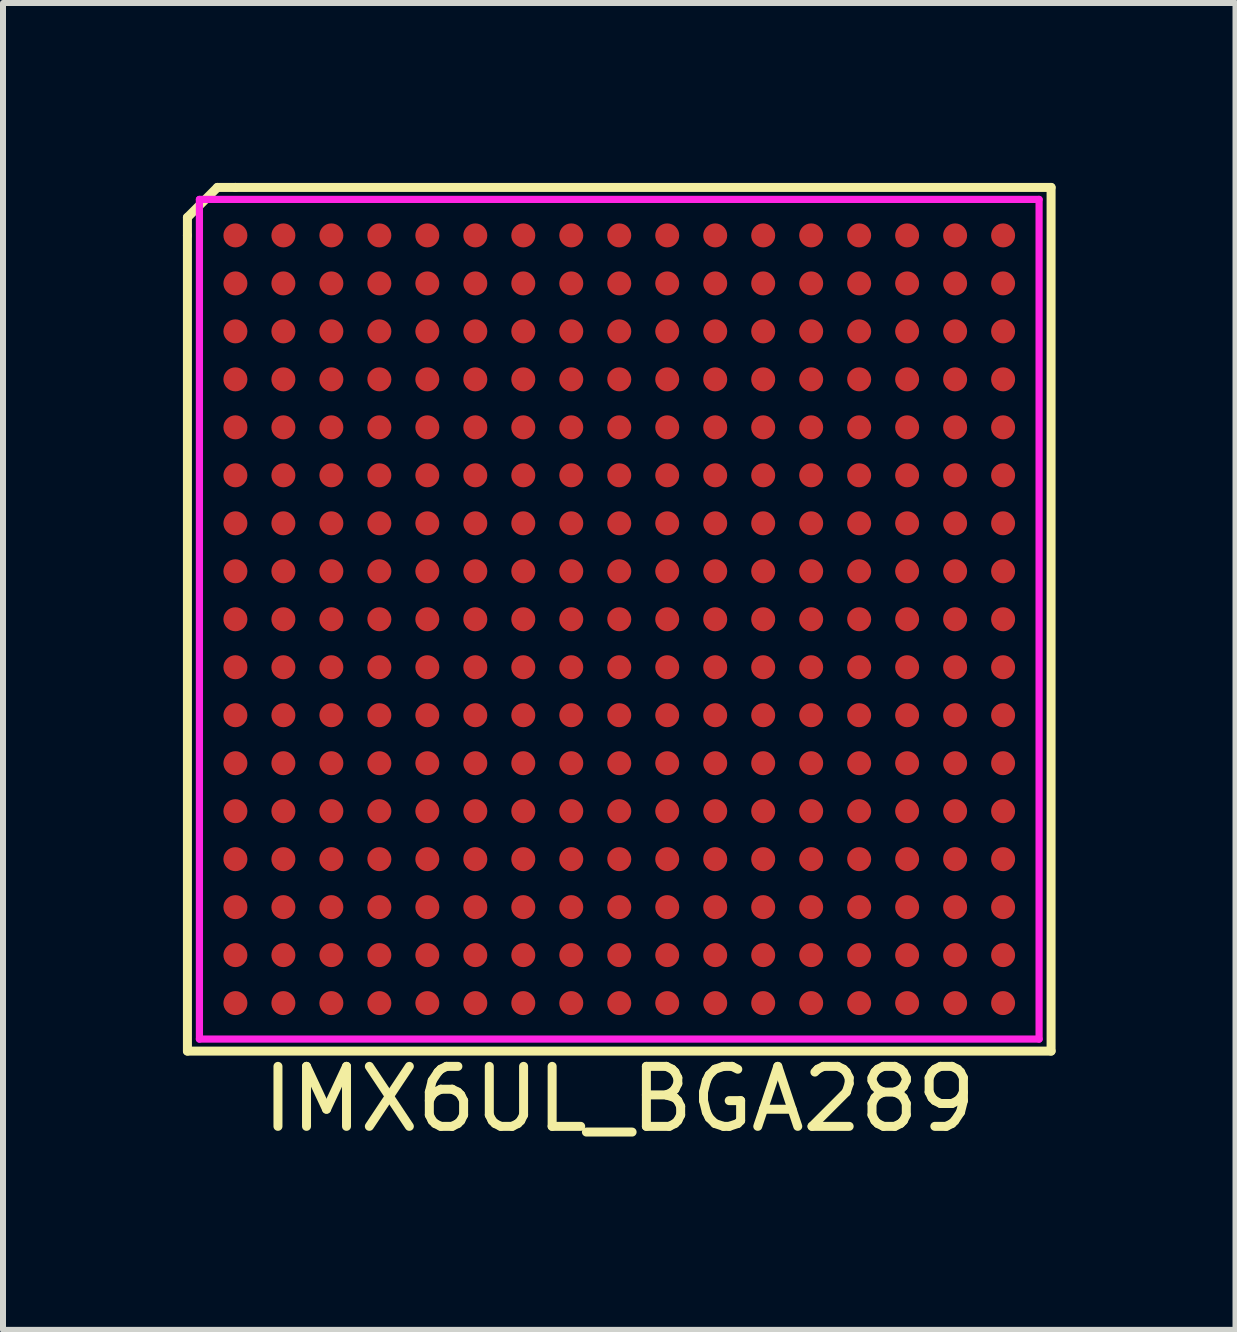
<source format=kicad_pcb>
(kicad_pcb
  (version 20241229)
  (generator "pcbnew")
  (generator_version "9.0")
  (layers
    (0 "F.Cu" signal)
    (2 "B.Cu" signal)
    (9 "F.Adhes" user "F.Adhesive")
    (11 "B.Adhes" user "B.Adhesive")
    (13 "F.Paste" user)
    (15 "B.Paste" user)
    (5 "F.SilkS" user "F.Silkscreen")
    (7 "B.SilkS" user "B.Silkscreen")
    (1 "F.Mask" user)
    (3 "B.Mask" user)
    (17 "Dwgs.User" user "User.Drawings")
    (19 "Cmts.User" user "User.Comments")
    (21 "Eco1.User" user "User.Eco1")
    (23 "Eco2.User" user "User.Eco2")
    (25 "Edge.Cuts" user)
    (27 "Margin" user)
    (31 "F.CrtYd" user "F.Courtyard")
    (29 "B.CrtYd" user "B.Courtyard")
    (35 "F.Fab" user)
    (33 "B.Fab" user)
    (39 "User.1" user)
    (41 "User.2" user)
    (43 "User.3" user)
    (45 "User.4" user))
  (footprint "IMX6UL_BGA289"
    (layer "F.Cu")
    (at 7.275 7.275)
    (property "Reference" "IMX6UL_BGA289" (at 0 8 0) (layer "F.SilkS") (effects (font (size 1 1) (thickness 0.15))))
    (attr through_hole)
    (fp_line (start -7.2 -6.7) (end -7.2 -6.4) (stroke (width 0.15) (type solid)) (layer "F.SilkS"))
    (fp_line (start -7.2 -6.4) (end -7.2 7.2) (stroke (width 0.15) (type solid)) (layer "F.SilkS"))
    (fp_line (start -7.2 7.2) (end 7.2 7.2) (stroke (width 0.15) (type solid)) (layer "F.SilkS"))
    (fp_line (start -6.7 -7.2) (end -7.2 -6.7) (stroke (width 0.15) (type solid)) (layer "F.SilkS"))
    (fp_line (start -6.4 -7.2) (end -6.7 -7.2) (stroke (width 0.15) (type solid)) (layer "F.SilkS"))
    (fp_line (start -6.4 -7.2) (end 7.2 -7.2) (stroke (width 0.15) (type solid)) (layer "F.SilkS"))
    (fp_line (start 7.2 -7.2) (end 7.2 7.2) (stroke (width 0.15) (type solid)) (layer "F.SilkS"))
    (fp_line (start -7 -7) (end 7 -7) (stroke (width 0.12) (type solid)) (layer "F.CrtYd"))
    (fp_line (start -7 7) (end -7 -7) (stroke (width 0.12) (type solid)) (layer "F.CrtYd"))
    (fp_line (start 7 -7) (end 7 7) (stroke (width 0.12) (type solid)) (layer "F.CrtYd"))
    (fp_line (start 7 7) (end -7 7) (stroke (width 0.12) (type solid)) (layer "F.CrtYd"))
    (pad "A1" smd circle (at -6.4 -6.4) (size 0.4 0.4) (layers "F.Cu" "F.Mask" "F.Paste"))
    (pad "A2" smd circle (at -5.6 -6.4) (size 0.4 0.4) (layers "F.Cu" "F.Mask" "F.Paste"))
    (pad "A3" smd circle (at -4.8 -6.4) (size 0.4 0.4) (layers "F.Cu" "F.Mask" "F.Paste"))
    (pad "A4" smd circle (at -4 -6.4) (size 0.4 0.4) (layers "F.Cu" "F.Mask" "F.Paste"))
    (pad "A5" smd circle (at -3.2 -6.4) (size 0.4 0.4) (layers "F.Cu" "F.Mask" "F.Paste"))
    (pad "A6" smd circle (at -2.4 -6.4) (size 0.4 0.4) (layers "F.Cu" "F.Mask" "F.Paste"))
    (pad "A7" smd circle (at -1.6 -6.4) (size 0.4 0.4) (layers "F.Cu" "F.Mask" "F.Paste"))
    (pad "A8" smd circle (at -0.8 -6.4) (size 0.4 0.4) (layers "F.Cu" "F.Mask" "F.Paste"))
    (pad "A9" smd circle (at 0 -6.4) (size 0.4 0.4) (layers "F.Cu" "F.Mask" "F.Paste"))
    (pad "A10" smd circle (at 0.8 -6.4) (size 0.4 0.4) (layers "F.Cu" "F.Mask" "F.Paste"))
    (pad "A11" smd circle (at 1.6 -6.4) (size 0.4 0.4) (layers "F.Cu" "F.Mask" "F.Paste"))
    (pad "A12" smd circle (at 2.4 -6.4) (size 0.4 0.4) (layers "F.Cu" "F.Mask" "F.Paste"))
    (pad "A13" smd circle (at 3.2 -6.4) (size 0.4 0.4) (layers "F.Cu" "F.Mask" "F.Paste"))
    (pad "A14" smd circle (at 4 -6.4) (size 0.4 0.4) (layers "F.Cu" "F.Mask" "F.Paste"))
    (pad "A15" smd circle (at 4.8 -6.4) (size 0.4 0.4) (layers "F.Cu" "F.Mask" "F.Paste"))
    (pad "A16" smd circle (at 5.6 -6.4) (size 0.4 0.4) (layers "F.Cu" "F.Mask" "F.Paste"))
    (pad "A17" smd circle (at 6.4 -6.4) (size 0.4 0.4) (layers "F.Cu" "F.Mask" "F.Paste"))
    (pad "B1" smd circle (at -6.4 -5.6) (size 0.4 0.4) (layers "F.Cu" "F.Mask" "F.Paste"))
    (pad "B2" smd circle (at -5.6 -5.6) (size 0.4 0.4) (layers "F.Cu" "F.Mask" "F.Paste"))
    (pad "B3" smd circle (at -4.8 -5.6) (size 0.4 0.4) (layers "F.Cu" "F.Mask" "F.Paste"))
    (pad "B4" smd circle (at -4 -5.6) (size 0.4 0.4) (layers "F.Cu" "F.Mask" "F.Paste"))
    (pad "B5" smd circle (at -3.2 -5.6) (size 0.4 0.4) (layers "F.Cu" "F.Mask" "F.Paste"))
    (pad "B6" smd circle (at -2.4 -5.6) (size 0.4 0.4) (layers "F.Cu" "F.Mask" "F.Paste"))
    (pad "B7" smd circle (at -1.6 -5.6) (size 0.4 0.4) (layers "F.Cu" "F.Mask" "F.Paste"))
    (pad "B8" smd circle (at -0.8 -5.6) (size 0.4 0.4) (layers "F.Cu" "F.Mask" "F.Paste"))
    (pad "B9" smd circle (at 0 -5.6) (size 0.4 0.4) (layers "F.Cu" "F.Mask" "F.Paste"))
    (pad "B10" smd circle (at 0.8 -5.6) (size 0.4 0.4) (layers "F.Cu" "F.Mask" "F.Paste"))
    (pad "B11" smd circle (at 1.6 -5.6) (size 0.4 0.4) (layers "F.Cu" "F.Mask" "F.Paste"))
    (pad "B12" smd circle (at 2.4 -5.6) (size 0.4 0.4) (layers "F.Cu" "F.Mask" "F.Paste"))
    (pad "B13" smd circle (at 3.2 -5.6) (size 0.4 0.4) (layers "F.Cu" "F.Mask" "F.Paste"))
    (pad "B14" smd circle (at 4 -5.6) (size 0.4 0.4) (layers "F.Cu" "F.Mask" "F.Paste"))
    (pad "B15" smd circle (at 4.8 -5.6) (size 0.4 0.4) (layers "F.Cu" "F.Mask" "F.Paste"))
    (pad "B16" smd circle (at 5.6 -5.6) (size 0.4 0.4) (layers "F.Cu" "F.Mask" "F.Paste"))
    (pad "B17" smd circle (at 6.4 -5.6) (size 0.4 0.4) (layers "F.Cu" "F.Mask" "F.Paste"))
    (pad "C1" smd circle (at -6.4 -4.8) (size 0.4 0.4) (layers "F.Cu" "F.Mask" "F.Paste"))
    (pad "C2" smd circle (at -5.6 -4.8) (size 0.4 0.4) (layers "F.Cu" "F.Mask" "F.Paste"))
    (pad "C3" smd circle (at -4.8 -4.8) (size 0.4 0.4) (layers "F.Cu" "F.Mask" "F.Paste"))
    (pad "C4" smd circle (at -4 -4.8) (size 0.4 0.4) (layers "F.Cu" "F.Mask" "F.Paste"))
    (pad "C5" smd circle (at -3.2 -4.8) (size 0.4 0.4) (layers "F.Cu" "F.Mask" "F.Paste"))
    (pad "C6" smd circle (at -2.4 -4.8) (size 0.4 0.4) (layers "F.Cu" "F.Mask" "F.Paste"))
    (pad "C7" smd circle (at -1.6 -4.8) (size 0.4 0.4) (layers "F.Cu" "F.Mask" "F.Paste"))
    (pad "C8" smd circle (at -0.8 -4.8) (size 0.4 0.4) (layers "F.Cu" "F.Mask" "F.Paste"))
    (pad "C9" smd circle (at 0 -4.8) (size 0.4 0.4) (layers "F.Cu" "F.Mask" "F.Paste"))
    (pad "C10" smd circle (at 0.8 -4.8) (size 0.4 0.4) (layers "F.Cu" "F.Mask" "F.Paste"))
    (pad "C11" smd circle (at 1.6 -4.8) (size 0.4 0.4) (layers "F.Cu" "F.Mask" "F.Paste"))
    (pad "C12" smd circle (at 2.4 -4.8) (size 0.4 0.4) (layers "F.Cu" "F.Mask" "F.Paste"))
    (pad "C13" smd circle (at 3.2 -4.8) (size 0.4 0.4) (layers "F.Cu" "F.Mask" "F.Paste"))
    (pad "C14" smd circle (at 4 -4.8) (size 0.4 0.4) (layers "F.Cu" "F.Mask" "F.Paste"))
    (pad "C15" smd circle (at 4.8 -4.8) (size 0.4 0.4) (layers "F.Cu" "F.Mask" "F.Paste"))
    (pad "C16" smd circle (at 5.6 -4.8) (size 0.4 0.4) (layers "F.Cu" "F.Mask" "F.Paste"))
    (pad "C17" smd circle (at 6.4 -4.8) (size 0.4 0.4) (layers "F.Cu" "F.Mask" "F.Paste"))
    (pad "D1" smd circle (at -6.4 -4) (size 0.4 0.4) (layers "F.Cu" "F.Mask" "F.Paste"))
    (pad "D2" smd circle (at -5.6 -4) (size 0.4 0.4) (layers "F.Cu" "F.Mask" "F.Paste"))
    (pad "D3" smd circle (at -4.8 -4) (size 0.4 0.4) (layers "F.Cu" "F.Mask" "F.Paste"))
    (pad "D4" smd circle (at -4 -4) (size 0.4 0.4) (layers "F.Cu" "F.Mask" "F.Paste"))
    (pad "D5" smd circle (at -3.2 -4) (size 0.4 0.4) (layers "F.Cu" "F.Mask" "F.Paste"))
    (pad "D6" smd circle (at -2.4 -4) (size 0.4 0.4) (layers "F.Cu" "F.Mask" "F.Paste"))
    (pad "D7" smd circle (at -1.6 -4) (size 0.4 0.4) (layers "F.Cu" "F.Mask" "F.Paste"))
    (pad "D8" smd circle (at -0.8 -4) (size 0.4 0.4) (layers "F.Cu" "F.Mask" "F.Paste"))
    (pad "D9" smd circle (at 0 -4) (size 0.4 0.4) (layers "F.Cu" "F.Mask" "F.Paste"))
    (pad "D10" smd circle (at 0.8 -4) (size 0.4 0.4) (layers "F.Cu" "F.Mask" "F.Paste"))
    (pad "D11" smd circle (at 1.6 -4) (size 0.4 0.4) (layers "F.Cu" "F.Mask" "F.Paste"))
    (pad "D12" smd circle (at 2.4 -4) (size 0.4 0.4) (layers "F.Cu" "F.Mask" "F.Paste"))
    (pad "D13" smd circle (at 3.2 -4) (size 0.4 0.4) (layers "F.Cu" "F.Mask" "F.Paste"))
    (pad "D14" smd circle (at 4 -4) (size 0.4 0.4) (layers "F.Cu" "F.Mask" "F.Paste"))
    (pad "D15" smd circle (at 4.8 -4) (size 0.4 0.4) (layers "F.Cu" "F.Mask" "F.Paste"))
    (pad "D16" smd circle (at 5.6 -4) (size 0.4 0.4) (layers "F.Cu" "F.Mask" "F.Paste"))
    (pad "D17" smd circle (at 6.4 -4) (size 0.4 0.4) (layers "F.Cu" "F.Mask" "F.Paste"))
    (pad "E1" smd circle (at -6.4 -3.2) (size 0.4 0.4) (layers "F.Cu" "F.Mask" "F.Paste"))
    (pad "E2" smd circle (at -5.6 -3.2) (size 0.4 0.4) (layers "F.Cu" "F.Mask" "F.Paste"))
    (pad "E3" smd circle (at -4.8 -3.2) (size 0.4 0.4) (layers "F.Cu" "F.Mask" "F.Paste"))
    (pad "E4" smd circle (at -4 -3.2) (size 0.4 0.4) (layers "F.Cu" "F.Mask" "F.Paste"))
    (pad "E5" smd circle (at -3.2 -3.2) (size 0.4 0.4) (layers "F.Cu" "F.Mask" "F.Paste"))
    (pad "E6" smd circle (at -2.4 -3.2) (size 0.4 0.4) (layers "F.Cu" "F.Mask" "F.Paste"))
    (pad "E7" smd circle (at -1.6 -3.2) (size 0.4 0.4) (layers "F.Cu" "F.Mask" "F.Paste"))
    (pad "E8" smd circle (at -0.8 -3.2) (size 0.4 0.4) (layers "F.Cu" "F.Mask" "F.Paste"))
    (pad "E9" smd circle (at 0 -3.2) (size 0.4 0.4) (layers "F.Cu" "F.Mask" "F.Paste"))
    (pad "E10" smd circle (at 0.8 -3.2) (size 0.4 0.4) (layers "F.Cu" "F.Mask" "F.Paste"))
    (pad "E11" smd circle (at 1.6 -3.2) (size 0.4 0.4) (layers "F.Cu" "F.Mask" "F.Paste"))
    (pad "E12" smd circle (at 2.4 -3.2) (size 0.4 0.4) (layers "F.Cu" "F.Mask" "F.Paste"))
    (pad "E13" smd circle (at 3.2 -3.2) (size 0.4 0.4) (layers "F.Cu" "F.Mask" "F.Paste"))
    (pad "E14" smd circle (at 4 -3.2) (size 0.4 0.4) (layers "F.Cu" "F.Mask" "F.Paste"))
    (pad "E15" smd circle (at 4.8 -3.2) (size 0.4 0.4) (layers "F.Cu" "F.Mask" "F.Paste"))
    (pad "E16" smd circle (at 5.6 -3.2) (size 0.4 0.4) (layers "F.Cu" "F.Mask" "F.Paste"))
    (pad "E17" smd circle (at 6.4 -3.2) (size 0.4 0.4) (layers "F.Cu" "F.Mask" "F.Paste"))
    (pad "F1" smd circle (at -6.4 -2.4) (size 0.4 0.4) (layers "F.Cu" "F.Mask" "F.Paste"))
    (pad "F2" smd circle (at -5.6 -2.4) (size 0.4 0.4) (layers "F.Cu" "F.Mask" "F.Paste"))
    (pad "F3" smd circle (at -4.8 -2.4) (size 0.4 0.4) (layers "F.Cu" "F.Mask" "F.Paste"))
    (pad "F4" smd circle (at -4 -2.4) (size 0.4 0.4) (layers "F.Cu" "F.Mask" "F.Paste"))
    (pad "F5" smd circle (at -3.2 -2.4) (size 0.4 0.4) (layers "F.Cu" "F.Mask" "F.Paste"))
    (pad "F6" smd circle (at -2.4 -2.4) (size 0.4 0.4) (layers "F.Cu" "F.Mask" "F.Paste"))
    (pad "F7" smd circle (at -1.6 -2.4) (size 0.4 0.4) (layers "F.Cu" "F.Mask" "F.Paste"))
    (pad "F8" smd circle (at -0.8 -2.4) (size 0.4 0.4) (layers "F.Cu" "F.Mask" "F.Paste"))
    (pad "F9" smd circle (at 0 -2.4) (size 0.4 0.4) (layers "F.Cu" "F.Mask" "F.Paste"))
    (pad "F10" smd circle (at 0.8 -2.4) (size 0.4 0.4) (layers "F.Cu" "F.Mask" "F.Paste"))
    (pad "F11" smd circle (at 1.6 -2.4) (size 0.4 0.4) (layers "F.Cu" "F.Mask" "F.Paste"))
    (pad "F12" smd circle (at 2.4 -2.4) (size 0.4 0.4) (layers "F.Cu" "F.Mask" "F.Paste"))
    (pad "F13" smd circle (at 3.2 -2.4) (size 0.4 0.4) (layers "F.Cu" "F.Mask" "F.Paste"))
    (pad "F14" smd circle (at 4 -2.4) (size 0.4 0.4) (layers "F.Cu" "F.Mask" "F.Paste"))
    (pad "F15" smd circle (at 4.8 -2.4) (size 0.4 0.4) (layers "F.Cu" "F.Mask" "F.Paste"))
    (pad "F16" smd circle (at 5.6 -2.4) (size 0.4 0.4) (layers "F.Cu" "F.Mask" "F.Paste"))
    (pad "F17" smd circle (at 6.4 -2.4) (size 0.4 0.4) (layers "F.Cu" "F.Mask" "F.Paste"))
    (pad "G1" smd circle (at -6.4 -1.6) (size 0.4 0.4) (layers "F.Cu" "F.Mask" "F.Paste"))
    (pad "G2" smd circle (at -5.6 -1.6) (size 0.4 0.4) (layers "F.Cu" "F.Mask" "F.Paste"))
    (pad "G3" smd circle (at -4.8 -1.6) (size 0.4 0.4) (layers "F.Cu" "F.Mask" "F.Paste"))
    (pad "G4" smd circle (at -4 -1.6) (size 0.4 0.4) (layers "F.Cu" "F.Mask" "F.Paste"))
    (pad "G5" smd circle (at -3.2 -1.6) (size 0.4 0.4) (layers "F.Cu" "F.Mask" "F.Paste"))
    (pad "G6" smd circle (at -2.4 -1.6) (size 0.4 0.4) (layers "F.Cu" "F.Mask" "F.Paste"))
    (pad "G7" smd circle (at -1.6 -1.6) (size 0.4 0.4) (layers "F.Cu" "F.Mask" "F.Paste"))
    (pad "G8" smd circle (at -0.8 -1.6) (size 0.4 0.4) (layers "F.Cu" "F.Mask" "F.Paste"))
    (pad "G9" smd circle (at 0 -1.6) (size 0.4 0.4) (layers "F.Cu" "F.Mask" "F.Paste"))
    (pad "G10" smd circle (at 0.8 -1.6) (size 0.4 0.4) (layers "F.Cu" "F.Mask" "F.Paste"))
    (pad "G11" smd circle (at 1.6 -1.6) (size 0.4 0.4) (layers "F.Cu" "F.Mask" "F.Paste"))
    (pad "G12" smd circle (at 2.4 -1.6) (size 0.4 0.4) (layers "F.Cu" "F.Mask" "F.Paste"))
    (pad "G13" smd circle (at 3.2 -1.6) (size 0.4 0.4) (layers "F.Cu" "F.Mask" "F.Paste"))
    (pad "G14" smd circle (at 4 -1.6) (size 0.4 0.4) (layers "F.Cu" "F.Mask" "F.Paste"))
    (pad "G15" smd circle (at 4.8 -1.6) (size 0.4 0.4) (layers "F.Cu" "F.Mask" "F.Paste"))
    (pad "G16" smd circle (at 5.6 -1.6) (size 0.4 0.4) (layers "F.Cu" "F.Mask" "F.Paste"))
    (pad "G17" smd circle (at 6.4 -1.6) (size 0.4 0.4) (layers "F.Cu" "F.Mask" "F.Paste"))
    (pad "H1" smd circle (at -6.4 -0.8) (size 0.4 0.4) (layers "F.Cu" "F.Mask" "F.Paste"))
    (pad "H2" smd circle (at -5.6 -0.8) (size 0.4 0.4) (layers "F.Cu" "F.Mask" "F.Paste"))
    (pad "H3" smd circle (at -4.8 -0.8) (size 0.4 0.4) (layers "F.Cu" "F.Mask" "F.Paste"))
    (pad "H4" smd circle (at -4 -0.8) (size 0.4 0.4) (layers "F.Cu" "F.Mask" "F.Paste"))
    (pad "H5" smd circle (at -3.2 -0.8) (size 0.4 0.4) (layers "F.Cu" "F.Mask" "F.Paste"))
    (pad "H6" smd circle (at -2.4 -0.8) (size 0.4 0.4) (layers "F.Cu" "F.Mask" "F.Paste"))
    (pad "H7" smd circle (at -1.6 -0.8) (size 0.4 0.4) (layers "F.Cu" "F.Mask" "F.Paste"))
    (pad "H8" smd circle (at -0.8 -0.8) (size 0.4 0.4) (layers "F.Cu" "F.Mask" "F.Paste"))
    (pad "H9" smd circle (at 0 -0.8) (size 0.4 0.4) (layers "F.Cu" "F.Mask" "F.Paste"))
    (pad "H10" smd circle (at 0.8 -0.8) (size 0.4 0.4) (layers "F.Cu" "F.Mask" "F.Paste"))
    (pad "H11" smd circle (at 1.6 -0.8) (size 0.4 0.4) (layers "F.Cu" "F.Mask" "F.Paste"))
    (pad "H12" smd circle (at 2.4 -0.8) (size 0.4 0.4) (layers "F.Cu" "F.Mask" "F.Paste"))
    (pad "H13" smd circle (at 3.2 -0.8) (size 0.4 0.4) (layers "F.Cu" "F.Mask" "F.Paste"))
    (pad "H14" smd circle (at 4 -0.8) (size 0.4 0.4) (layers "F.Cu" "F.Mask" "F.Paste"))
    (pad "H15" smd circle (at 4.8 -0.8) (size 0.4 0.4) (layers "F.Cu" "F.Mask" "F.Paste"))
    (pad "H16" smd circle (at 5.6 -0.8) (size 0.4 0.4) (layers "F.Cu" "F.Mask" "F.Paste"))
    (pad "H17" smd circle (at 6.4 -0.8) (size 0.4 0.4) (layers "F.Cu" "F.Mask" "F.Paste"))
    (pad "J1" smd circle (at -6.4 0) (size 0.4 0.4) (layers "F.Cu" "F.Mask" "F.Paste"))
    (pad "J2" smd circle (at -5.6 0) (size 0.4 0.4) (layers "F.Cu" "F.Mask" "F.Paste"))
    (pad "J3" smd circle (at -4.8 0) (size 0.4 0.4) (layers "F.Cu" "F.Mask" "F.Paste"))
    (pad "J4" smd circle (at -4 0) (size 0.4 0.4) (layers "F.Cu" "F.Mask" "F.Paste"))
    (pad "J5" smd circle (at -3.2 0) (size 0.4 0.4) (layers "F.Cu" "F.Mask" "F.Paste"))
    (pad "J6" smd circle (at -2.4 0) (size 0.4 0.4) (layers "F.Cu" "F.Mask" "F.Paste"))
    (pad "J7" smd circle (at -1.6 0) (size 0.4 0.4) (layers "F.Cu" "F.Mask" "F.Paste"))
    (pad "J8" smd circle (at -0.8 0) (size 0.4 0.4) (layers "F.Cu" "F.Mask" "F.Paste"))
    (pad "J9" smd circle (at 0 0) (size 0.4 0.4) (layers "F.Cu" "F.Mask" "F.Paste"))
    (pad "J10" smd circle (at 0.8 0) (size 0.4 0.4) (layers "F.Cu" "F.Mask" "F.Paste"))
    (pad "J11" smd circle (at 1.6 0) (size 0.4 0.4) (layers "F.Cu" "F.Mask" "F.Paste"))
    (pad "J12" smd circle (at 2.4 0) (size 0.4 0.4) (layers "F.Cu" "F.Mask" "F.Paste"))
    (pad "J13" smd circle (at 3.2 0) (size 0.4 0.4) (layers "F.Cu" "F.Mask" "F.Paste"))
    (pad "J14" smd circle (at 4 0) (size 0.4 0.4) (layers "F.Cu" "F.Mask" "F.Paste"))
    (pad "J15" smd circle (at 4.8 0) (size 0.4 0.4) (layers "F.Cu" "F.Mask" "F.Paste"))
    (pad "J16" smd circle (at 5.6 0) (size 0.4 0.4) (layers "F.Cu" "F.Mask" "F.Paste"))
    (pad "J17" smd circle (at 6.4 0) (size 0.4 0.4) (layers "F.Cu" "F.Mask" "F.Paste"))
    (pad "K1" smd circle (at -6.4 0.8) (size 0.4 0.4) (layers "F.Cu" "F.Mask" "F.Paste"))
    (pad "K2" smd circle (at -5.6 0.8) (size 0.4 0.4) (layers "F.Cu" "F.Mask" "F.Paste"))
    (pad "K3" smd circle (at -4.8 0.8) (size 0.4 0.4) (layers "F.Cu" "F.Mask" "F.Paste"))
    (pad "K4" smd circle (at -4 0.8) (size 0.4 0.4) (layers "F.Cu" "F.Mask" "F.Paste"))
    (pad "K5" smd circle (at -3.2 0.8) (size 0.4 0.4) (layers "F.Cu" "F.Mask" "F.Paste"))
    (pad "K6" smd circle (at -2.4 0.8) (size 0.4 0.4) (layers "F.Cu" "F.Mask" "F.Paste"))
    (pad "K7" smd circle (at -1.6 0.8) (size 0.4 0.4) (layers "F.Cu" "F.Mask" "F.Paste"))
    (pad "K8" smd circle (at -0.8 0.8) (size 0.4 0.4) (layers "F.Cu" "F.Mask" "F.Paste"))
    (pad "K9" smd circle (at 0 0.8) (size 0.4 0.4) (layers "F.Cu" "F.Mask" "F.Paste"))
    (pad "K10" smd circle (at 0.8 0.8) (size 0.4 0.4) (layers "F.Cu" "F.Mask" "F.Paste"))
    (pad "K11" smd circle (at 1.6 0.8) (size 0.4 0.4) (layers "F.Cu" "F.Mask" "F.Paste"))
    (pad "K12" smd circle (at 2.4 0.8) (size 0.4 0.4) (layers "F.Cu" "F.Mask" "F.Paste"))
    (pad "K13" smd circle (at 3.2 0.8) (size 0.4 0.4) (layers "F.Cu" "F.Mask" "F.Paste"))
    (pad "K14" smd circle (at 4 0.8) (size 0.4 0.4) (layers "F.Cu" "F.Mask" "F.Paste"))
    (pad "K15" smd circle (at 4.8 0.8) (size 0.4 0.4) (layers "F.Cu" "F.Mask" "F.Paste"))
    (pad "K16" smd circle (at 5.6 0.8) (size 0.4 0.4) (layers "F.Cu" "F.Mask" "F.Paste"))
    (pad "K17" smd circle (at 6.4 0.8) (size 0.4 0.4) (layers "F.Cu" "F.Mask" "F.Paste"))
    (pad "L1" smd circle (at -6.4 1.6) (size 0.4 0.4) (layers "F.Cu" "F.Mask" "F.Paste"))
    (pad "L2" smd circle (at -5.6 1.6) (size 0.4 0.4) (layers "F.Cu" "F.Mask" "F.Paste"))
    (pad "L3" smd circle (at -4.8 1.6) (size 0.4 0.4) (layers "F.Cu" "F.Mask" "F.Paste"))
    (pad "L4" smd circle (at -4 1.6) (size 0.4 0.4) (layers "F.Cu" "F.Mask" "F.Paste"))
    (pad "L5" smd circle (at -3.2 1.6) (size 0.4 0.4) (layers "F.Cu" "F.Mask" "F.Paste"))
    (pad "L6" smd circle (at -2.4 1.6) (size 0.4 0.4) (layers "F.Cu" "F.Mask" "F.Paste"))
    (pad "L7" smd circle (at -1.6 1.6) (size 0.4 0.4) (layers "F.Cu" "F.Mask" "F.Paste"))
    (pad "L8" smd circle (at -0.8 1.6) (size 0.4 0.4) (layers "F.Cu" "F.Mask" "F.Paste"))
    (pad "L9" smd circle (at 0 1.6) (size 0.4 0.4) (layers "F.Cu" "F.Mask" "F.Paste"))
    (pad "L10" smd circle (at 0.8 1.6) (size 0.4 0.4) (layers "F.Cu" "F.Mask" "F.Paste"))
    (pad "L11" smd circle (at 1.6 1.6) (size 0.4 0.4) (layers "F.Cu" "F.Mask" "F.Paste"))
    (pad "L12" smd circle (at 2.4 1.6) (size 0.4 0.4) (layers "F.Cu" "F.Mask" "F.Paste"))
    (pad "L13" smd circle (at 3.2 1.6) (size 0.4 0.4) (layers "F.Cu" "F.Mask" "F.Paste"))
    (pad "L14" smd circle (at 4 1.6) (size 0.4 0.4) (layers "F.Cu" "F.Mask" "F.Paste"))
    (pad "L15" smd circle (at 4.8 1.6) (size 0.4 0.4) (layers "F.Cu" "F.Mask" "F.Paste"))
    (pad "L16" smd circle (at 5.6 1.6) (size 0.4 0.4) (layers "F.Cu" "F.Mask" "F.Paste"))
    (pad "L17" smd circle (at 6.4 1.6) (size 0.4 0.4) (layers "F.Cu" "F.Mask" "F.Paste"))
    (pad "M1" smd circle (at -6.4 2.4) (size 0.4 0.4) (layers "F.Cu" "F.Mask" "F.Paste"))
    (pad "M2" smd circle (at -5.6 2.4) (size 0.4 0.4) (layers "F.Cu" "F.Mask" "F.Paste"))
    (pad "M3" smd circle (at -4.8 2.4) (size 0.4 0.4) (layers "F.Cu" "F.Mask" "F.Paste"))
    (pad "M4" smd circle (at -4 2.4) (size 0.4 0.4) (layers "F.Cu" "F.Mask" "F.Paste"))
    (pad "M5" smd circle (at -3.2 2.4) (size 0.4 0.4) (layers "F.Cu" "F.Mask" "F.Paste"))
    (pad "M6" smd circle (at -2.4 2.4) (size 0.4 0.4) (layers "F.Cu" "F.Mask" "F.Paste"))
    (pad "M7" smd circle (at -1.6 2.4) (size 0.4 0.4) (layers "F.Cu" "F.Mask" "F.Paste"))
    (pad "M8" smd circle (at -0.8 2.4) (size 0.4 0.4) (layers "F.Cu" "F.Mask" "F.Paste"))
    (pad "M9" smd circle (at 0 2.4) (size 0.4 0.4) (layers "F.Cu" "F.Mask" "F.Paste"))
    (pad "M10" smd circle (at 0.8 2.4) (size 0.4 0.4) (layers "F.Cu" "F.Mask" "F.Paste"))
    (pad "M11" smd circle (at 1.6 2.4) (size 0.4 0.4) (layers "F.Cu" "F.Mask" "F.Paste"))
    (pad "M12" smd circle (at 2.4 2.4) (size 0.4 0.4) (layers "F.Cu" "F.Mask" "F.Paste"))
    (pad "M13" smd circle (at 3.2 2.4) (size 0.4 0.4) (layers "F.Cu" "F.Mask" "F.Paste"))
    (pad "M14" smd circle (at 4 2.4) (size 0.4 0.4) (layers "F.Cu" "F.Mask" "F.Paste"))
    (pad "M15" smd circle (at 4.8 2.4) (size 0.4 0.4) (layers "F.Cu" "F.Mask" "F.Paste"))
    (pad "M16" smd circle (at 5.6 2.4) (size 0.4 0.4) (layers "F.Cu" "F.Mask" "F.Paste"))
    (pad "M17" smd circle (at 6.4 2.4) (size 0.4 0.4) (layers "F.Cu" "F.Mask" "F.Paste"))
    (pad "N1" smd circle (at -6.4 3.2) (size 0.4 0.4) (layers "F.Cu" "F.Mask" "F.Paste"))
    (pad "N2" smd circle (at -5.6 3.2) (size 0.4 0.4) (layers "F.Cu" "F.Mask" "F.Paste"))
    (pad "N3" smd circle (at -4.8 3.2) (size 0.4 0.4) (layers "F.Cu" "F.Mask" "F.Paste"))
    (pad "N4" smd circle (at -4 3.2) (size 0.4 0.4) (layers "F.Cu" "F.Mask" "F.Paste"))
    (pad "N5" smd circle (at -3.2 3.2) (size 0.4 0.4) (layers "F.Cu" "F.Mask" "F.Paste"))
    (pad "N6" smd circle (at -2.4 3.2) (size 0.4 0.4) (layers "F.Cu" "F.Mask" "F.Paste"))
    (pad "N7" smd circle (at -1.6 3.2) (size 0.4 0.4) (layers "F.Cu" "F.Mask" "F.Paste"))
    (pad "N8" smd circle (at -0.8 3.2) (size 0.4 0.4) (layers "F.Cu" "F.Mask" "F.Paste"))
    (pad "N9" smd circle (at 0 3.2) (size 0.4 0.4) (layers "F.Cu" "F.Mask" "F.Paste"))
    (pad "N10" smd circle (at 0.8 3.2) (size 0.4 0.4) (layers "F.Cu" "F.Mask" "F.Paste"))
    (pad "N11" smd circle (at 1.6 3.2) (size 0.4 0.4) (layers "F.Cu" "F.Mask" "F.Paste"))
    (pad "N12" smd circle (at 2.4 3.2) (size 0.4 0.4) (layers "F.Cu" "F.Mask" "F.Paste"))
    (pad "N13" smd circle (at 3.2 3.2) (size 0.4 0.4) (layers "F.Cu" "F.Mask" "F.Paste"))
    (pad "N14" smd circle (at 4 3.2) (size 0.4 0.4) (layers "F.Cu" "F.Mask" "F.Paste"))
    (pad "N15" smd circle (at 4.8 3.2) (size 0.4 0.4) (layers "F.Cu" "F.Mask" "F.Paste"))
    (pad "N16" smd circle (at 5.6 3.2) (size 0.4 0.4) (layers "F.Cu" "F.Mask" "F.Paste"))
    (pad "N17" smd circle (at 6.4 3.2) (size 0.4 0.4) (layers "F.Cu" "F.Mask" "F.Paste"))
    (pad "P1" smd circle (at -6.4 4) (size 0.4 0.4) (layers "F.Cu" "F.Mask" "F.Paste"))
    (pad "P2" smd circle (at -5.6 4) (size 0.4 0.4) (layers "F.Cu" "F.Mask" "F.Paste"))
    (pad "P3" smd circle (at -4.8 4) (size 0.4 0.4) (layers "F.Cu" "F.Mask" "F.Paste"))
    (pad "P4" smd circle (at -4 4) (size 0.4 0.4) (layers "F.Cu" "F.Mask" "F.Paste"))
    (pad "P5" smd circle (at -3.2 4) (size 0.4 0.4) (layers "F.Cu" "F.Mask" "F.Paste"))
    (pad "P6" smd circle (at -2.4 4) (size 0.4 0.4) (layers "F.Cu" "F.Mask" "F.Paste"))
    (pad "P7" smd circle (at -1.6 4) (size 0.4 0.4) (layers "F.Cu" "F.Mask" "F.Paste"))
    (pad "P8" smd circle (at -0.8 4) (size 0.4 0.4) (layers "F.Cu" "F.Mask" "F.Paste"))
    (pad "P9" smd circle (at 0 4) (size 0.4 0.4) (layers "F.Cu" "F.Mask" "F.Paste"))
    (pad "P10" smd circle (at 0.8 4) (size 0.4 0.4) (layers "F.Cu" "F.Mask" "F.Paste"))
    (pad "P11" smd circle (at 1.6 4) (size 0.4 0.4) (layers "F.Cu" "F.Mask" "F.Paste"))
    (pad "P12" smd circle (at 2.4 4) (size 0.4 0.4) (layers "F.Cu" "F.Mask" "F.Paste"))
    (pad "P13" smd circle (at 3.2 4) (size 0.4 0.4) (layers "F.Cu" "F.Mask" "F.Paste"))
    (pad "P14" smd circle (at 4 4) (size 0.4 0.4) (layers "F.Cu" "F.Mask" "F.Paste"))
    (pad "P15" smd circle (at 4.8 4) (size 0.4 0.4) (layers "F.Cu" "F.Mask" "F.Paste"))
    (pad "P16" smd circle (at 5.6 4) (size 0.4 0.4) (layers "F.Cu" "F.Mask" "F.Paste"))
    (pad "P17" smd circle (at 6.4 4) (size 0.4 0.4) (layers "F.Cu" "F.Mask" "F.Paste"))
    (pad "R1" smd circle (at -6.4 4.8) (size 0.4 0.4) (layers "F.Cu" "F.Mask" "F.Paste"))
    (pad "R2" smd circle (at -5.6 4.8) (size 0.4 0.4) (layers "F.Cu" "F.Mask" "F.Paste"))
    (pad "R3" smd circle (at -4.8 4.8) (size 0.4 0.4) (layers "F.Cu" "F.Mask" "F.Paste"))
    (pad "R4" smd circle (at -4 4.8) (size 0.4 0.4) (layers "F.Cu" "F.Mask" "F.Paste"))
    (pad "R5" smd circle (at -3.2 4.8) (size 0.4 0.4) (layers "F.Cu" "F.Mask" "F.Paste"))
    (pad "R6" smd circle (at -2.4 4.8) (size 0.4 0.4) (layers "F.Cu" "F.Mask" "F.Paste"))
    (pad "R7" smd circle (at -1.6 4.8) (size 0.4 0.4) (layers "F.Cu" "F.Mask" "F.Paste"))
    (pad "R8" smd circle (at -0.8 4.8) (size 0.4 0.4) (layers "F.Cu" "F.Mask" "F.Paste"))
    (pad "R9" smd circle (at 0 4.8) (size 0.4 0.4) (layers "F.Cu" "F.Mask" "F.Paste"))
    (pad "R10" smd circle (at 0.8 4.8) (size 0.4 0.4) (layers "F.Cu" "F.Mask" "F.Paste"))
    (pad "R11" smd circle (at 1.6 4.8) (size 0.4 0.4) (layers "F.Cu" "F.Mask" "F.Paste"))
    (pad "R12" smd circle (at 2.4 4.8) (size 0.4 0.4) (layers "F.Cu" "F.Mask" "F.Paste"))
    (pad "R13" smd circle (at 3.2 4.8) (size 0.4 0.4) (layers "F.Cu" "F.Mask" "F.Paste"))
    (pad "R14" smd circle (at 4 4.8) (size 0.4 0.4) (layers "F.Cu" "F.Mask" "F.Paste"))
    (pad "R15" smd circle (at 4.8 4.8) (size 0.4 0.4) (layers "F.Cu" "F.Mask" "F.Paste"))
    (pad "R16" smd circle (at 5.6 4.8) (size 0.4 0.4) (layers "F.Cu" "F.Mask" "F.Paste"))
    (pad "R17" smd circle (at 6.4 4.8) (size 0.4 0.4) (layers "F.Cu" "F.Mask" "F.Paste"))
    (pad "T1" smd circle (at -6.4 5.6) (size 0.4 0.4) (layers "F.Cu" "F.Mask" "F.Paste"))
    (pad "T2" smd circle (at -5.6 5.6) (size 0.4 0.4) (layers "F.Cu" "F.Mask" "F.Paste"))
    (pad "T3" smd circle (at -4.8 5.6) (size 0.4 0.4) (layers "F.Cu" "F.Mask" "F.Paste"))
    (pad "T4" smd circle (at -4 5.6) (size 0.4 0.4) (layers "F.Cu" "F.Mask" "F.Paste"))
    (pad "T5" smd circle (at -3.2 5.6) (size 0.4 0.4) (layers "F.Cu" "F.Mask" "F.Paste"))
    (pad "T6" smd circle (at -2.4 5.6) (size 0.4 0.4) (layers "F.Cu" "F.Mask" "F.Paste"))
    (pad "T7" smd circle (at -1.6 5.6) (size 0.4 0.4) (layers "F.Cu" "F.Mask" "F.Paste"))
    (pad "T8" smd circle (at -0.8 5.6) (size 0.4 0.4) (layers "F.Cu" "F.Mask" "F.Paste"))
    (pad "T9" smd circle (at 0 5.6) (size 0.4 0.4) (layers "F.Cu" "F.Mask" "F.Paste"))
    (pad "T10" smd circle (at 0.8 5.6) (size 0.4 0.4) (layers "F.Cu" "F.Mask" "F.Paste"))
    (pad "T11" smd circle (at 1.6 5.6) (size 0.4 0.4) (layers "F.Cu" "F.Mask" "F.Paste"))
    (pad "T12" smd circle (at 2.4 5.6) (size 0.4 0.4) (layers "F.Cu" "F.Mask" "F.Paste"))
    (pad "T13" smd circle (at 3.2 5.6) (size 0.4 0.4) (layers "F.Cu" "F.Mask" "F.Paste"))
    (pad "T14" smd circle (at 4 5.6) (size 0.4 0.4) (layers "F.Cu" "F.Mask" "F.Paste"))
    (pad "T15" smd circle (at 4.8 5.6) (size 0.4 0.4) (layers "F.Cu" "F.Mask" "F.Paste"))
    (pad "T16" smd circle (at 5.6 5.6) (size 0.4 0.4) (layers "F.Cu" "F.Mask" "F.Paste"))
    (pad "T17" smd circle (at 6.4 5.6) (size 0.4 0.4) (layers "F.Cu" "F.Mask" "F.Paste"))
    (pad "U1" smd circle (at -6.4 6.4) (size 0.4 0.4) (layers "F.Cu" "F.Mask" "F.Paste"))
    (pad "U2" smd circle (at -5.6 6.4) (size 0.4 0.4) (layers "F.Cu" "F.Mask" "F.Paste"))
    (pad "U3" smd circle (at -4.8 6.4) (size 0.4 0.4) (layers "F.Cu" "F.Mask" "F.Paste"))
    (pad "U4" smd circle (at -4 6.4) (size 0.4 0.4) (layers "F.Cu" "F.Mask" "F.Paste"))
    (pad "U5" smd circle (at -3.2 6.4) (size 0.4 0.4) (layers "F.Cu" "F.Mask" "F.Paste"))
    (pad "U6" smd circle (at -2.4 6.4) (size 0.4 0.4) (layers "F.Cu" "F.Mask" "F.Paste"))
    (pad "U7" smd circle (at -1.6 6.4) (size 0.4 0.4) (layers "F.Cu" "F.Mask" "F.Paste"))
    (pad "U8" smd circle (at -0.8 6.4) (size 0.4 0.4) (layers "F.Cu" "F.Mask" "F.Paste"))
    (pad "U9" smd circle (at 0 6.4) (size 0.4 0.4) (layers "F.Cu" "F.Mask" "F.Paste"))
    (pad "U10" smd circle (at 0.8 6.4) (size 0.4 0.4) (layers "F.Cu" "F.Mask" "F.Paste"))
    (pad "U11" smd circle (at 1.6 6.4) (size 0.4 0.4) (layers "F.Cu" "F.Mask" "F.Paste"))
    (pad "U12" smd circle (at 2.4 6.4) (size 0.4 0.4) (layers "F.Cu" "F.Mask" "F.Paste"))
    (pad "U13" smd circle (at 3.2 6.4) (size 0.4 0.4) (layers "F.Cu" "F.Mask" "F.Paste"))
    (pad "U14" smd circle (at 4 6.4) (size 0.4 0.4) (layers "F.Cu" "F.Mask" "F.Paste"))
    (pad "U15" smd circle (at 4.8 6.4) (size 0.4 0.4) (layers "F.Cu" "F.Mask" "F.Paste"))
    (pad "U16" smd circle (at 5.6 6.4) (size 0.4 0.4) (layers "F.Cu" "F.Mask" "F.Paste"))
    (pad "U17" smd circle (at 6.4 6.4) (size 0.4 0.4) (layers "F.Cu" "F.Mask" "F.Paste")))
  (gr_rect
    (start -3 -3)
    (end 17.55 19.123)
    (stroke (width 0.1) (type default))
    (fill no)
    (layer "Edge.Cuts")))
</source>
